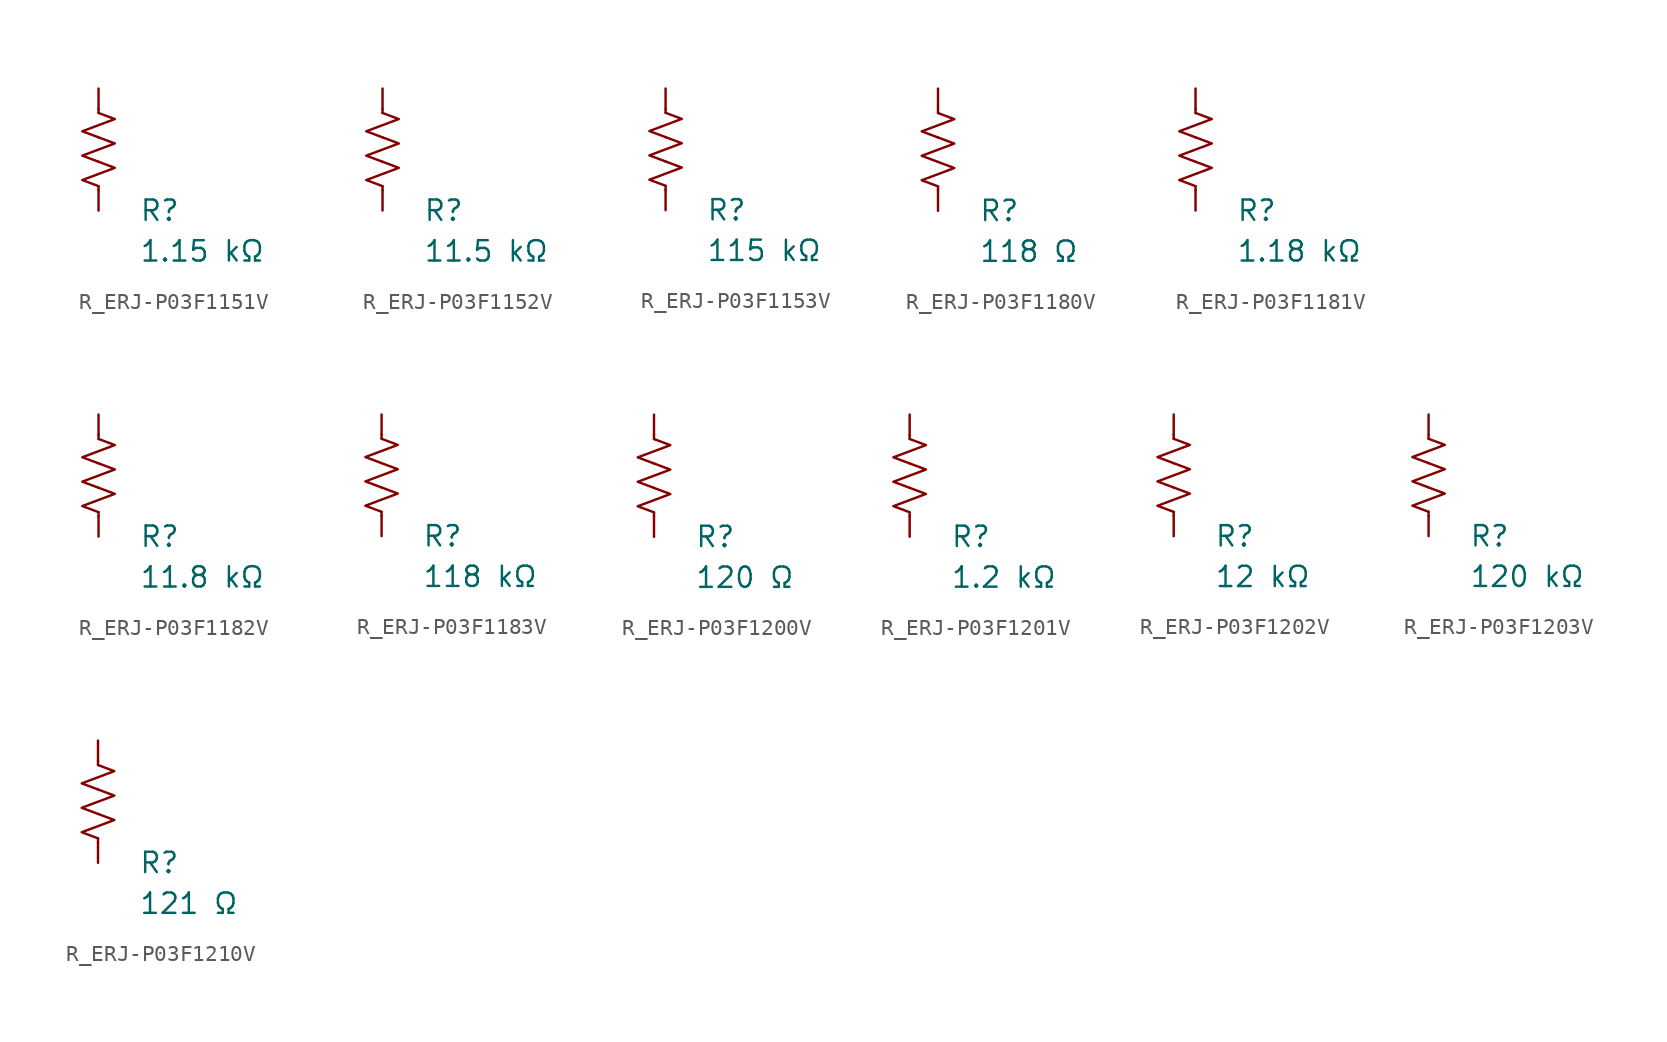
<source format=kicad_sym>
(kicad_symbol_lib
  (version 20231120)
  (generator "kicad_symbol_editor")
  (generator_version "8.0")
  (symbol "R_ERJ-P03F1151V"
    (pin_numbers hide)
    (pin_names
      (offset 0))
    (property "Reference" "R"
      (at 2.54 -3.81 0)
      (effects (font (size 1.27 1.27)) (justify left))
      (show_name no))
    (property "Value" "1.15 kΩ"
      (at 2.54 -6.35 0)
      (effects (font (size 1.27 1.27)) (justify left))
      (show_name no))
    (symbol "R_ERJ-P03F1151V_0_1"
      (polyline (pts (xy 0 -2.286) (xy 0 -2.54)) (stroke (width 0) (type default)) (fill (type none)))
      (polyline (pts (xy 0 2.286) (xy 0 2.54)) (stroke (width 0) (type default)) (fill (type none)))
      (polyline (pts (xy 0 -0.762) (xy 1.016 -1.143) (xy 0 -1.524) (xy -1.016 -1.905) (xy 0 -2.286)) (stroke (width 0) (type default)) (fill (type none)))
      (polyline (pts (xy 0 0.762) (xy 1.016 0.381) (xy 0 0) (xy -1.016 -0.381) (xy 0 -0.762)) (stroke (width 0) (type default)) (fill (type none)))
      (polyline (pts (xy 0 2.286) (xy 1.016 1.905) (xy 0 1.524) (xy -1.016 1.143) (xy 0 0.762)) (stroke (width 0) (type default)) (fill (type none))))
    (symbol "R_ERJ-P03F1151V_1_1"
      (pin passive line (at 0 3.81 270) (length 1.27) (name "~" (effects (font (size 1.27 1.27)))) (number "1" (effects (font (size 1.27 1.27)))))
      (pin passive line (at 0 -3.81 90) (length 1.27) (name "~" (effects (font (size 1.27 1.27)))) (number "2" (effects (font (size 1.27 1.27)))))))
  (symbol "R_ERJ-P03F1152V"
    (pin_numbers hide)
    (pin_names
      (offset 0))
    (property "Reference" "R"
      (at 2.54 -3.81 0)
      (effects (font (size 1.27 1.27)) (justify left))
      (show_name no))
    (property "Value" "11.5 kΩ"
      (at 2.54 -6.35 0)
      (effects (font (size 1.27 1.27)) (justify left))
      (show_name no))
    (symbol "R_ERJ-P03F1152V_0_1"
      (polyline (pts (xy 0 -2.286) (xy 0 -2.54)) (stroke (width 0) (type default)) (fill (type none)))
      (polyline (pts (xy 0 2.286) (xy 0 2.54)) (stroke (width 0) (type default)) (fill (type none)))
      (polyline (pts (xy 0 -0.762) (xy 1.016 -1.143) (xy 0 -1.524) (xy -1.016 -1.905) (xy 0 -2.286)) (stroke (width 0) (type default)) (fill (type none)))
      (polyline (pts (xy 0 0.762) (xy 1.016 0.381) (xy 0 0) (xy -1.016 -0.381) (xy 0 -0.762)) (stroke (width 0) (type default)) (fill (type none)))
      (polyline (pts (xy 0 2.286) (xy 1.016 1.905) (xy 0 1.524) (xy -1.016 1.143) (xy 0 0.762)) (stroke (width 0) (type default)) (fill (type none))))
    (symbol "R_ERJ-P03F1152V_1_1"
      (pin passive line (at 0 3.81 270) (length 1.27) (name "~" (effects (font (size 1.27 1.27)))) (number "1" (effects (font (size 1.27 1.27)))))
      (pin passive line (at 0 -3.81 90) (length 1.27) (name "~" (effects (font (size 1.27 1.27)))) (number "2" (effects (font (size 1.27 1.27)))))))
  (symbol "R_ERJ-P03F1153V"
    (pin_numbers hide)
    (pin_names
      (offset 0))
    (property "Reference" "R"
      (at 2.54 -3.81 0)
      (effects (font (size 1.27 1.27)) (justify left))
      (show_name no))
    (property "Value" "115 kΩ"
      (at 2.54 -6.35 0)
      (effects (font (size 1.27 1.27)) (justify left))
      (show_name no))
    (symbol "R_ERJ-P03F1153V_0_1"
      (polyline (pts (xy 0 -2.286) (xy 0 -2.54)) (stroke (width 0) (type default)) (fill (type none)))
      (polyline (pts (xy 0 2.286) (xy 0 2.54)) (stroke (width 0) (type default)) (fill (type none)))
      (polyline (pts (xy 0 -0.762) (xy 1.016 -1.143) (xy 0 -1.524) (xy -1.016 -1.905) (xy 0 -2.286)) (stroke (width 0) (type default)) (fill (type none)))
      (polyline (pts (xy 0 0.762) (xy 1.016 0.381) (xy 0 0) (xy -1.016 -0.381) (xy 0 -0.762)) (stroke (width 0) (type default)) (fill (type none)))
      (polyline (pts (xy 0 2.286) (xy 1.016 1.905) (xy 0 1.524) (xy -1.016 1.143) (xy 0 0.762)) (stroke (width 0) (type default)) (fill (type none))))
    (symbol "R_ERJ-P03F1153V_1_1"
      (pin passive line (at 0 3.81 270) (length 1.27) (name "~" (effects (font (size 1.27 1.27)))) (number "1" (effects (font (size 1.27 1.27)))))
      (pin passive line (at 0 -3.81 90) (length 1.27) (name "~" (effects (font (size 1.27 1.27)))) (number "2" (effects (font (size 1.27 1.27)))))))
  (symbol "R_ERJ-P03F1180V"
    (pin_numbers hide)
    (pin_names
      (offset 0))
    (property "Reference" "R"
      (at 2.54 -3.81 0)
      (effects (font (size 1.27 1.27)) (justify left))
      (show_name no))
    (property "Value" "118 Ω"
      (at 2.54 -6.35 0)
      (effects (font (size 1.27 1.27)) (justify left))
      (show_name no))
    (symbol "R_ERJ-P03F1180V_0_1"
      (polyline (pts (xy 0 -2.286) (xy 0 -2.54)) (stroke (width 0) (type default)) (fill (type none)))
      (polyline (pts (xy 0 2.286) (xy 0 2.54)) (stroke (width 0) (type default)) (fill (type none)))
      (polyline (pts (xy 0 -0.762) (xy 1.016 -1.143) (xy 0 -1.524) (xy -1.016 -1.905) (xy 0 -2.286)) (stroke (width 0) (type default)) (fill (type none)))
      (polyline (pts (xy 0 0.762) (xy 1.016 0.381) (xy 0 0) (xy -1.016 -0.381) (xy 0 -0.762)) (stroke (width 0) (type default)) (fill (type none)))
      (polyline (pts (xy 0 2.286) (xy 1.016 1.905) (xy 0 1.524) (xy -1.016 1.143) (xy 0 0.762)) (stroke (width 0) (type default)) (fill (type none))))
    (symbol "R_ERJ-P03F1180V_1_1"
      (pin passive line (at 0 3.81 270) (length 1.27) (name "~" (effects (font (size 1.27 1.27)))) (number "1" (effects (font (size 1.27 1.27)))))
      (pin passive line (at 0 -3.81 90) (length 1.27) (name "~" (effects (font (size 1.27 1.27)))) (number "2" (effects (font (size 1.27 1.27)))))))
  (symbol "R_ERJ-P03F1181V"
    (pin_numbers hide)
    (pin_names
      (offset 0))
    (property "Reference" "R"
      (at 2.54 -3.81 0)
      (effects (font (size 1.27 1.27)) (justify left))
      (show_name no))
    (property "Value" "1.18 kΩ"
      (at 2.54 -6.35 0)
      (effects (font (size 1.27 1.27)) (justify left))
      (show_name no))
    (symbol "R_ERJ-P03F1181V_0_1"
      (polyline (pts (xy 0 -2.286) (xy 0 -2.54)) (stroke (width 0) (type default)) (fill (type none)))
      (polyline (pts (xy 0 2.286) (xy 0 2.54)) (stroke (width 0) (type default)) (fill (type none)))
      (polyline (pts (xy 0 -0.762) (xy 1.016 -1.143) (xy 0 -1.524) (xy -1.016 -1.905) (xy 0 -2.286)) (stroke (width 0) (type default)) (fill (type none)))
      (polyline (pts (xy 0 0.762) (xy 1.016 0.381) (xy 0 0) (xy -1.016 -0.381) (xy 0 -0.762)) (stroke (width 0) (type default)) (fill (type none)))
      (polyline (pts (xy 0 2.286) (xy 1.016 1.905) (xy 0 1.524) (xy -1.016 1.143) (xy 0 0.762)) (stroke (width 0) (type default)) (fill (type none))))
    (symbol "R_ERJ-P03F1181V_1_1"
      (pin passive line (at 0 3.81 270) (length 1.27) (name "~" (effects (font (size 1.27 1.27)))) (number "1" (effects (font (size 1.27 1.27)))))
      (pin passive line (at 0 -3.81 90) (length 1.27) (name "~" (effects (font (size 1.27 1.27)))) (number "2" (effects (font (size 1.27 1.27)))))))
  (symbol "R_ERJ-P03F1182V"
    (pin_numbers hide)
    (pin_names
      (offset 0))
    (property "Reference" "R"
      (at 2.54 -3.81 0)
      (effects (font (size 1.27 1.27)) (justify left))
      (show_name no))
    (property "Value" "11.8 kΩ"
      (at 2.54 -6.35 0)
      (effects (font (size 1.27 1.27)) (justify left))
      (show_name no))
    (symbol "R_ERJ-P03F1182V_0_1"
      (polyline (pts (xy 0 -2.286) (xy 0 -2.54)) (stroke (width 0) (type default)) (fill (type none)))
      (polyline (pts (xy 0 2.286) (xy 0 2.54)) (stroke (width 0) (type default)) (fill (type none)))
      (polyline (pts (xy 0 -0.762) (xy 1.016 -1.143) (xy 0 -1.524) (xy -1.016 -1.905) (xy 0 -2.286)) (stroke (width 0) (type default)) (fill (type none)))
      (polyline (pts (xy 0 0.762) (xy 1.016 0.381) (xy 0 0) (xy -1.016 -0.381) (xy 0 -0.762)) (stroke (width 0) (type default)) (fill (type none)))
      (polyline (pts (xy 0 2.286) (xy 1.016 1.905) (xy 0 1.524) (xy -1.016 1.143) (xy 0 0.762)) (stroke (width 0) (type default)) (fill (type none))))
    (symbol "R_ERJ-P03F1182V_1_1"
      (pin passive line (at 0 3.81 270) (length 1.27) (name "~" (effects (font (size 1.27 1.27)))) (number "1" (effects (font (size 1.27 1.27)))))
      (pin passive line (at 0 -3.81 90) (length 1.27) (name "~" (effects (font (size 1.27 1.27)))) (number "2" (effects (font (size 1.27 1.27)))))))
  (symbol "R_ERJ-P03F1183V"
    (pin_numbers hide)
    (pin_names
      (offset 0))
    (property "Reference" "R"
      (at 2.54 -3.81 0)
      (effects (font (size 1.27 1.27)) (justify left))
      (show_name no))
    (property "Value" "118 kΩ"
      (at 2.54 -6.35 0)
      (effects (font (size 1.27 1.27)) (justify left))
      (show_name no))
    (symbol "R_ERJ-P03F1183V_0_1"
      (polyline (pts (xy 0 -2.286) (xy 0 -2.54)) (stroke (width 0) (type default)) (fill (type none)))
      (polyline (pts (xy 0 2.286) (xy 0 2.54)) (stroke (width 0) (type default)) (fill (type none)))
      (polyline (pts (xy 0 -0.762) (xy 1.016 -1.143) (xy 0 -1.524) (xy -1.016 -1.905) (xy 0 -2.286)) (stroke (width 0) (type default)) (fill (type none)))
      (polyline (pts (xy 0 0.762) (xy 1.016 0.381) (xy 0 0) (xy -1.016 -0.381) (xy 0 -0.762)) (stroke (width 0) (type default)) (fill (type none)))
      (polyline (pts (xy 0 2.286) (xy 1.016 1.905) (xy 0 1.524) (xy -1.016 1.143) (xy 0 0.762)) (stroke (width 0) (type default)) (fill (type none))))
    (symbol "R_ERJ-P03F1183V_1_1"
      (pin passive line (at 0 3.81 270) (length 1.27) (name "~" (effects (font (size 1.27 1.27)))) (number "1" (effects (font (size 1.27 1.27)))))
      (pin passive line (at 0 -3.81 90) (length 1.27) (name "~" (effects (font (size 1.27 1.27)))) (number "2" (effects (font (size 1.27 1.27)))))))
  (symbol "R_ERJ-P03F1200V"
    (pin_numbers hide)
    (pin_names
      (offset 0))
    (property "Reference" "R"
      (at 2.54 -3.81 0)
      (effects (font (size 1.27 1.27)) (justify left))
      (show_name no))
    (property "Value" "120 Ω"
      (at 2.54 -6.35 0)
      (effects (font (size 1.27 1.27)) (justify left))
      (show_name no))
    (symbol "R_ERJ-P03F1200V_0_1"
      (polyline (pts (xy 0 -2.286) (xy 0 -2.54)) (stroke (width 0) (type default)) (fill (type none)))
      (polyline (pts (xy 0 2.286) (xy 0 2.54)) (stroke (width 0) (type default)) (fill (type none)))
      (polyline (pts (xy 0 -0.762) (xy 1.016 -1.143) (xy 0 -1.524) (xy -1.016 -1.905) (xy 0 -2.286)) (stroke (width 0) (type default)) (fill (type none)))
      (polyline (pts (xy 0 0.762) (xy 1.016 0.381) (xy 0 0) (xy -1.016 -0.381) (xy 0 -0.762)) (stroke (width 0) (type default)) (fill (type none)))
      (polyline (pts (xy 0 2.286) (xy 1.016 1.905) (xy 0 1.524) (xy -1.016 1.143) (xy 0 0.762)) (stroke (width 0) (type default)) (fill (type none))))
    (symbol "R_ERJ-P03F1200V_1_1"
      (pin passive line (at 0 3.81 270) (length 1.27) (name "~" (effects (font (size 1.27 1.27)))) (number "1" (effects (font (size 1.27 1.27)))))
      (pin passive line (at 0 -3.81 90) (length 1.27) (name "~" (effects (font (size 1.27 1.27)))) (number "2" (effects (font (size 1.27 1.27)))))))
  (symbol "R_ERJ-P03F1201V"
    (pin_numbers hide)
    (pin_names
      (offset 0))
    (property "Reference" "R"
      (at 2.54 -3.81 0)
      (effects (font (size 1.27 1.27)) (justify left))
      (show_name no))
    (property "Value" "1.2 kΩ"
      (at 2.54 -6.35 0)
      (effects (font (size 1.27 1.27)) (justify left))
      (show_name no))
    (symbol "R_ERJ-P03F1201V_0_1"
      (polyline (pts (xy 0 -2.286) (xy 0 -2.54)) (stroke (width 0) (type default)) (fill (type none)))
      (polyline (pts (xy 0 2.286) (xy 0 2.54)) (stroke (width 0) (type default)) (fill (type none)))
      (polyline (pts (xy 0 -0.762) (xy 1.016 -1.143) (xy 0 -1.524) (xy -1.016 -1.905) (xy 0 -2.286)) (stroke (width 0) (type default)) (fill (type none)))
      (polyline (pts (xy 0 0.762) (xy 1.016 0.381) (xy 0 0) (xy -1.016 -0.381) (xy 0 -0.762)) (stroke (width 0) (type default)) (fill (type none)))
      (polyline (pts (xy 0 2.286) (xy 1.016 1.905) (xy 0 1.524) (xy -1.016 1.143) (xy 0 0.762)) (stroke (width 0) (type default)) (fill (type none))))
    (symbol "R_ERJ-P03F1201V_1_1"
      (pin passive line (at 0 3.81 270) (length 1.27) (name "~" (effects (font (size 1.27 1.27)))) (number "1" (effects (font (size 1.27 1.27)))))
      (pin passive line (at 0 -3.81 90) (length 1.27) (name "~" (effects (font (size 1.27 1.27)))) (number "2" (effects (font (size 1.27 1.27)))))))
  (symbol "R_ERJ-P03F1202V"
    (pin_numbers hide)
    (pin_names
      (offset 0))
    (property "Reference" "R"
      (at 2.54 -3.81 0)
      (effects (font (size 1.27 1.27)) (justify left))
      (show_name no))
    (property "Value" "12 kΩ"
      (at 2.54 -6.35 0)
      (effects (font (size 1.27 1.27)) (justify left))
      (show_name no))
    (symbol "R_ERJ-P03F1202V_0_1"
      (polyline (pts (xy 0 -2.286) (xy 0 -2.54)) (stroke (width 0) (type default)) (fill (type none)))
      (polyline (pts (xy 0 2.286) (xy 0 2.54)) (stroke (width 0) (type default)) (fill (type none)))
      (polyline (pts (xy 0 -0.762) (xy 1.016 -1.143) (xy 0 -1.524) (xy -1.016 -1.905) (xy 0 -2.286)) (stroke (width 0) (type default)) (fill (type none)))
      (polyline (pts (xy 0 0.762) (xy 1.016 0.381) (xy 0 0) (xy -1.016 -0.381) (xy 0 -0.762)) (stroke (width 0) (type default)) (fill (type none)))
      (polyline (pts (xy 0 2.286) (xy 1.016 1.905) (xy 0 1.524) (xy -1.016 1.143) (xy 0 0.762)) (stroke (width 0) (type default)) (fill (type none))))
    (symbol "R_ERJ-P03F1202V_1_1"
      (pin passive line (at 0 3.81 270) (length 1.27) (name "~" (effects (font (size 1.27 1.27)))) (number "1" (effects (font (size 1.27 1.27)))))
      (pin passive line (at 0 -3.81 90) (length 1.27) (name "~" (effects (font (size 1.27 1.27)))) (number "2" (effects (font (size 1.27 1.27)))))))
  (symbol "R_ERJ-P03F1203V"
    (pin_numbers hide)
    (pin_names
      (offset 0))
    (property "Reference" "R"
      (at 2.54 -3.81 0)
      (effects (font (size 1.27 1.27)) (justify left))
      (show_name no))
    (property "Value" "120 kΩ"
      (at 2.54 -6.35 0)
      (effects (font (size 1.27 1.27)) (justify left))
      (show_name no))
    (symbol "R_ERJ-P03F1203V_0_1"
      (polyline (pts (xy 0 -2.286) (xy 0 -2.54)) (stroke (width 0) (type default)) (fill (type none)))
      (polyline (pts (xy 0 2.286) (xy 0 2.54)) (stroke (width 0) (type default)) (fill (type none)))
      (polyline (pts (xy 0 -0.762) (xy 1.016 -1.143) (xy 0 -1.524) (xy -1.016 -1.905) (xy 0 -2.286)) (stroke (width 0) (type default)) (fill (type none)))
      (polyline (pts (xy 0 0.762) (xy 1.016 0.381) (xy 0 0) (xy -1.016 -0.381) (xy 0 -0.762)) (stroke (width 0) (type default)) (fill (type none)))
      (polyline (pts (xy 0 2.286) (xy 1.016 1.905) (xy 0 1.524) (xy -1.016 1.143) (xy 0 0.762)) (stroke (width 0) (type default)) (fill (type none))))
    (symbol "R_ERJ-P03F1203V_1_1"
      (pin passive line (at 0 3.81 270) (length 1.27) (name "~" (effects (font (size 1.27 1.27)))) (number "1" (effects (font (size 1.27 1.27)))))
      (pin passive line (at 0 -3.81 90) (length 1.27) (name "~" (effects (font (size 1.27 1.27)))) (number "2" (effects (font (size 1.27 1.27)))))))
  (symbol "R_ERJ-P03F1210V"
    (pin_numbers hide)
    (pin_names
      (offset 0))
    (property "Reference" "R"
      (at 2.54 -3.81 0)
      (effects (font (size 1.27 1.27)) (justify left))
      (show_name no))
    (property "Value" "121 Ω"
      (at 2.54 -6.35 0)
      (effects (font (size 1.27 1.27)) (justify left))
      (show_name no))
    (symbol "R_ERJ-P03F1210V_0_1"
      (polyline (pts (xy 0 -2.286) (xy 0 -2.54)) (stroke (width 0) (type default)) (fill (type none)))
      (polyline (pts (xy 0 2.286) (xy 0 2.54)) (stroke (width 0) (type default)) (fill (type none)))
      (polyline (pts (xy 0 -0.762) (xy 1.016 -1.143) (xy 0 -1.524) (xy -1.016 -1.905) (xy 0 -2.286)) (stroke (width 0) (type default)) (fill (type none)))
      (polyline (pts (xy 0 0.762) (xy 1.016 0.381) (xy 0 0) (xy -1.016 -0.381) (xy 0 -0.762)) (stroke (width 0) (type default)) (fill (type none)))
      (polyline (pts (xy 0 2.286) (xy 1.016 1.905) (xy 0 1.524) (xy -1.016 1.143) (xy 0 0.762)) (stroke (width 0) (type default)) (fill (type none))))
    (symbol "R_ERJ-P03F1210V_1_1"
      (pin passive line (at 0 3.81 270) (length 1.27) (name "~" (effects (font (size 1.27 1.27)))) (number "1" (effects (font (size 1.27 1.27)))))
      (pin passive line (at 0 -3.81 90) (length 1.27) (name "~" (effects (font (size 1.27 1.27)))) (number "2" (effects (font (size 1.27 1.27))))))))
</source>
